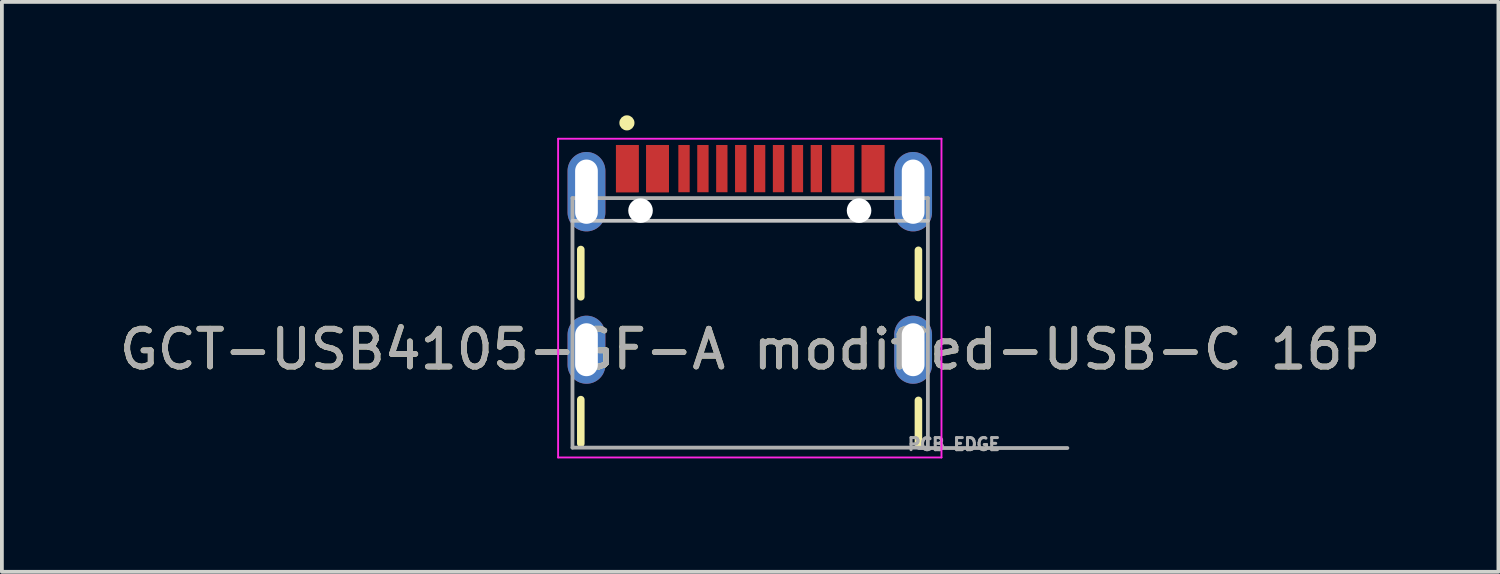
<source format=kicad_pcb>
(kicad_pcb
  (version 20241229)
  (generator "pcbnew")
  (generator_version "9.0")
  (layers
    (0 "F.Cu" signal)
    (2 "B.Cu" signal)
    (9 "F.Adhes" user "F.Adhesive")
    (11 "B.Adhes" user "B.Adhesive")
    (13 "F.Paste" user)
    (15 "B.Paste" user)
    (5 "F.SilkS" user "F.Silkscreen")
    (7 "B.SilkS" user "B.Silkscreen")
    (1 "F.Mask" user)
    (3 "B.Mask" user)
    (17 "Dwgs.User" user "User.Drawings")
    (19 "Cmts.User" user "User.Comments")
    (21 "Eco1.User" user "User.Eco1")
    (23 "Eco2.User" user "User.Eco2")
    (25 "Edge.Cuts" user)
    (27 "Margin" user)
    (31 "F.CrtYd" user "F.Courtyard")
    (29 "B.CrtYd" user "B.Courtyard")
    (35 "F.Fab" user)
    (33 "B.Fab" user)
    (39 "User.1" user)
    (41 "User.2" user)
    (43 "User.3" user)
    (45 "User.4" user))
  (footprint "GCT-USB4105-GF-A modified-USB-C 16P"
    (layer "F.Cu")
    (at 16.792 6.19)
    (property "Reference" "GCT-USB4105-GF-A modified-USB-C 16P" (at 0 0 0) (unlocked yes) (layer "F.SilkS") (effects (font (size 1 1) (thickness 0.15))))
    (attr smd)
    (fp_line (start -4.48 -2.64) (end -4.48 -1.39) (stroke (width 0.2) (type solid)) (layer "F.SilkS"))
    (fp_line (start -4.48 1.33) (end -4.48 2.49) (stroke (width 0.2) (type solid)) (layer "F.SilkS"))
    (fp_line (start 4.45 -2.62) (end 4.45 -1.37) (stroke (width 0.2) (type solid)) (layer "F.SilkS"))
    (fp_line (start 4.45 1.35) (end 4.45 2.51) (stroke (width 0.2) (type solid)) (layer "F.SilkS"))
    (fp_circle (center -3.26 -5.99) (end -3.16 -5.99) (stroke (width 0.2) (type solid)) (fill no) (layer "F.SilkS"))
    (fp_line (start 4.7 -3.4) (end -4.7 -3.4) (stroke (width 0.1) (type solid)) (layer "Dwgs.User"))
    (fp_line (start -5.08 -5.57) (end -5.08 2.86) (stroke (width 0.05) (type solid)) (layer "F.CrtYd"))
    (fp_line (start -5.08 2.86) (end 5.06 2.86) (stroke (width 0.05) (type solid)) (layer "F.CrtYd"))
    (fp_line (start 5.06 -5.57) (end -5.08 -5.57) (stroke (width 0.05) (type solid)) (layer "F.CrtYd"))
    (fp_line (start 5.06 2.86) (end 5.06 -5.57) (stroke (width 0.05) (type solid)) (layer "F.CrtYd"))
    (fp_line (start -4.7 -4) (end -4.7 2.6) (stroke (width 0.1) (type solid)) (layer "F.Fab"))
    (fp_line (start -4.7 -4) (end 4.7 -4) (stroke (width 0.1) (type solid)) (layer "F.Fab"))
    (fp_line (start -4.7 2.6) (end 4.7 2.6) (stroke (width 0.1) (type solid)) (layer "F.Fab"))
    (fp_line (start 4.46 2.61) (end 8.39 2.61) (stroke (width 0.1) (type solid)) (layer "F.Fab"))
    (fp_line (start 4.7 -4) (end 4.7 2.6) (stroke (width 0.1) (type solid)) (layer "F.Fab"))
    (fp_text user "${REFERENCE}" (at 0 0 0) (layer "F.Fab") (effects (font (size 1 1) (thickness 0.15))))
    (fp_text user "PCB EDGE" (at 5.39 2.51 0) (layer "F.Fab") (effects (font (size 0.32 0.32) (thickness 0.15))))
    (pad "" np_thru_hole circle (at -2.9 -3.67) (size 0.65 0.65) (drill 0.65) (layers "*.Cu" "*.Mask"))
    (pad "" np_thru_hole circle (at 2.88 -3.67) (size 0.65 0.65) (drill 0.65) (layers "*.Cu" "*.Mask"))
    (pad "A1" smd rect (at -3.25 -4.58) (size 0.6 1.25) (drill (offset 0 -0.2)) (layers "F.Cu" "F.Mask" "F.Paste"))
    (pad "A4" smd rect (at -2.45 -4.58) (size 0.6 1.25) (drill (offset 0 -0.2)) (layers "F.Cu" "F.Mask" "F.Paste"))
    (pad "A5" smd rect (at -1.25 -4.58) (size 0.3 1.25) (drill (offset 0 -0.2)) (layers "F.Cu" "F.Mask" "F.Paste"))
    (pad "A6" smd rect (at -0.25 -4.58) (size 0.3 1.25) (drill (offset 0 -0.2)) (layers "F.Cu" "F.Mask" "F.Paste"))
    (pad "A7" smd rect (at 0.25 -4.58) (size 0.3 1.25) (drill (offset 0 -0.2)) (layers "F.Cu" "F.Mask" "F.Paste"))
    (pad "A8" smd rect (at 1.25 -4.58) (size 0.3 1.25) (drill (offset 0 -0.2)) (layers "F.Cu" "F.Mask" "F.Paste"))
    (pad "A9" smd rect (at 2.45 -4.58) (size 0.6 1.25) (drill (offset 0 -0.2)) (layers "F.Cu" "F.Mask" "F.Paste"))
    (pad "A12" smd rect (at 3.25 -4.58) (size 0.6 1.25) (drill (offset 0 -0.2)) (layers "F.Cu" "F.Mask" "F.Paste"))
    (pad "B1" smd rect (at 3.25 -4.58) (size 0.6 1.25) (drill (offset 0 -0.2)) (layers "F.Cu" "F.Mask" "F.Paste"))
    (pad "B4" smd rect (at 2.45 -4.58) (size 0.6 1.25) (drill (offset 0 -0.2)) (layers "F.Cu" "F.Mask" "F.Paste"))
    (pad "B5" smd rect (at 1.75 -4.58) (size 0.3 1.25) (drill (offset 0 -0.2)) (layers "F.Cu" "F.Mask" "F.Paste"))
    (pad "B6" smd rect (at 0.75 -4.58) (size 0.3 1.25) (drill (offset 0 -0.2)) (layers "F.Cu" "F.Mask" "F.Paste"))
    (pad "B7" smd rect (at -0.75 -4.58) (size 0.3 1.25) (drill (offset 0 -0.2)) (layers "F.Cu" "F.Mask" "F.Paste"))
    (pad "B8" smd rect (at -1.75 -4.58) (size 0.3 1.25) (drill (offset 0 -0.2)) (layers "F.Cu" "F.Mask" "F.Paste"))
    (pad "B9" smd rect (at -2.45 -4.58) (size 0.6 1.25) (drill (offset 0 -0.2)) (layers "F.Cu" "F.Mask" "F.Paste"))
    (pad "B12" smd rect (at -3.25 -4.58) (size 0.6 1.25) (drill (offset 0 -0.2)) (layers "F.Cu" "F.Mask" "F.Paste"))
    (pad "S1" thru_hole oval (at -4.33 -4.17) (size 1 2.1) (drill oval 0.6 1.7) (layers "*.Cu" "*.Mask"))
    (pad "S1" thru_hole oval (at -4.33 0.01) (size 1 1.8) (drill oval 0.6 1.4) (layers "*.Cu" "*.Mask"))
    (pad "S1" thru_hole oval (at 4.31 -4.17) (size 1 2.1) (drill oval 0.6 1.7) (layers "*.Cu" "*.Mask"))
    (pad "S1" thru_hole oval (at 4.31 0.01) (size 1 1.8) (drill oval 0.6 1.4) (layers "*.Cu" "*.Mask"))
    (zone (net_name "") (layers "F.Cu" "B.Cu" "F.SilkS" "B.SilkS" "F.Paste" "B.Paste") (hatch edge 0.508) (connect_pads) (min_thickness 0.254) (filled_areas_thickness no) (keepout (tracks not_allowed) (vias not_allowed) (pads not_allowed) (copperpour not_allowed) (footprints not_allowed)) (placement (enabled no)) (fill) (polygon (pts (xy 20.432 8.79) (xy 13.102 8.79) (xy 13.102 2.94) (xy 20.432 2.94)))))
  (gr_rect
    (start -3 -3)
    (end 36.583 12.075)
    (stroke (width 0.1) (type default))
    (fill no)
    (layer "Edge.Cuts")))
</source>
